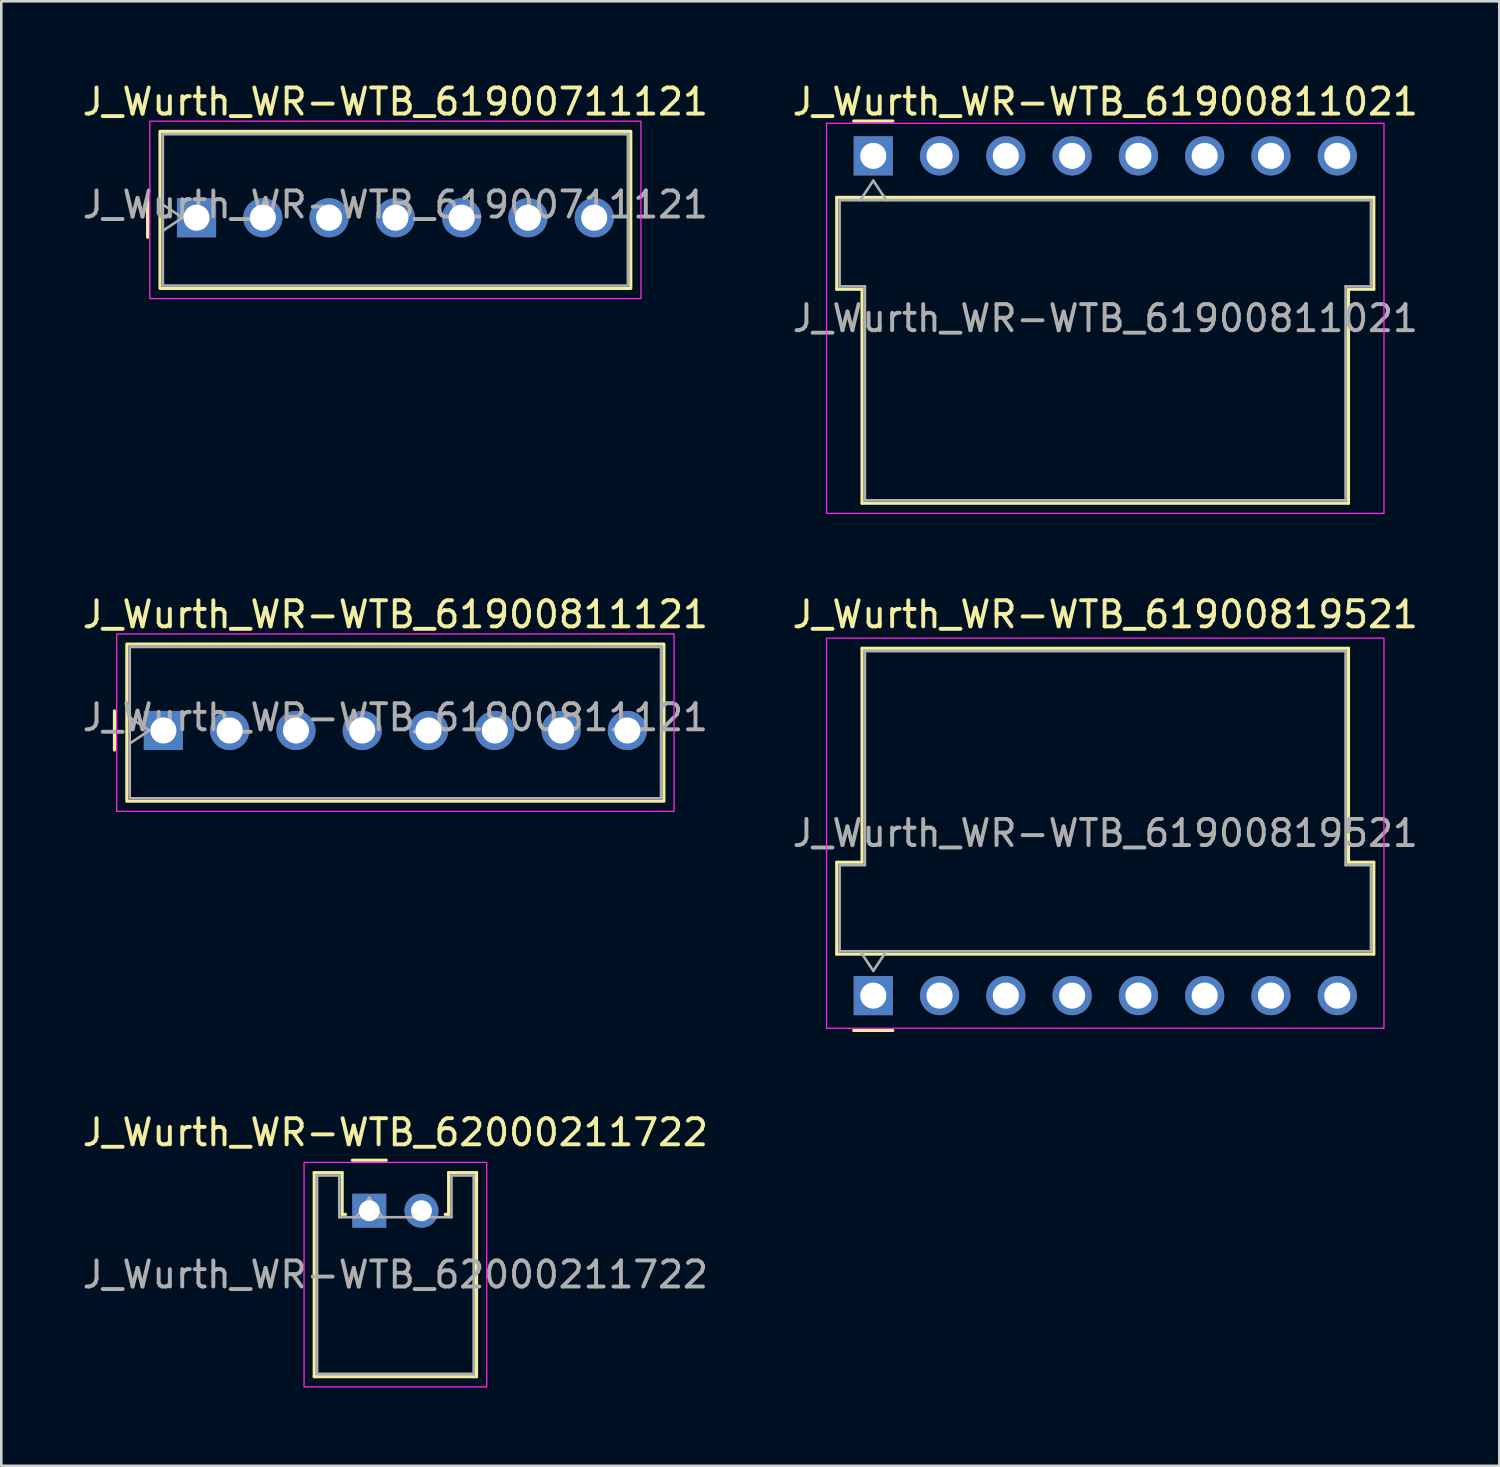
<source format=kicad_pcb>
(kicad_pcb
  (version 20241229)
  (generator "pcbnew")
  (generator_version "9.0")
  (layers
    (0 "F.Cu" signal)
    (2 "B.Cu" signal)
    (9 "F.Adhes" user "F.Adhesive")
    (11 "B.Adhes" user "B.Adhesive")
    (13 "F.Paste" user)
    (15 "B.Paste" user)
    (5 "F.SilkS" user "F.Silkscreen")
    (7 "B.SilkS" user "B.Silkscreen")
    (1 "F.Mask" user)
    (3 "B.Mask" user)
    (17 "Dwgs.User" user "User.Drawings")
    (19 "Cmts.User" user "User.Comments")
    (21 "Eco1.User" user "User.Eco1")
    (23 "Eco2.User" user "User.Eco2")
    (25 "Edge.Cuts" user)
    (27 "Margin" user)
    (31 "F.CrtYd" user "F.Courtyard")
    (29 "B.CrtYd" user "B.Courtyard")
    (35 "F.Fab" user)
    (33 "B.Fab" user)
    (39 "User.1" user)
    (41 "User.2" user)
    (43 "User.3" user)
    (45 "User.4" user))
  (footprint "J_Wurth_WR-WTB_61900819521"
    (layer "F.Cu")
    (at 30.414 35.102)
    (property "Reference" "J_Wurth_WR-WTB_61900819521" (at 8.89 -14.605 0) (unlocked yes) (layer "F.SilkS") (effects (font (size 1 1) (thickness 0.15))))
    (attr through_hole)
    (fp_line (start -1.4 -5.11) (end -1.4 -1.59) (stroke (width 0.12) (type default)) (layer "F.SilkS"))
    (fp_line (start -1.4 -1.59) (end 19.18 -1.59) (stroke (width 0.12) (type default)) (layer "F.SilkS"))
    (fp_line (start -0.43 -13.31) (end -0.43 -5.11) (stroke (width 0.12) (type default)) (layer "F.SilkS"))
    (fp_line (start -0.43 -5.11) (end -1.4 -5.11) (stroke (width 0.12) (type default)) (layer "F.SilkS"))
    (fp_line (start 0.75 1.335) (end -0.75 1.335) (stroke (width 0.12) (type solid)) (layer "F.SilkS"))
    (fp_line (start 18.21 -13.31) (end -0.43 -13.31) (stroke (width 0.12) (type default)) (layer "F.SilkS"))
    (fp_line (start 18.21 -5.11) (end 18.21 -13.31) (stroke (width 0.12) (type default)) (layer "F.SilkS"))
    (fp_line (start 19.18 -5.11) (end 18.21 -5.11) (stroke (width 0.12) (type default)) (layer "F.SilkS"))
    (fp_line (start 19.18 -1.59) (end 19.18 -5.11) (stroke (width 0.12) (type default)) (layer "F.SilkS"))
    (fp_rect (start -1.79 -13.7) (end 19.57 1.25) (stroke (width 0.05) (type solid)) (fill no) (layer "F.CrtYd"))
    (fp_line (start -1.29 -5) (end -1.29 -1.7) (stroke (width 0.1) (type solid)) (layer "F.Fab"))
    (fp_line (start -1.29 -5) (end -0.32 -5) (stroke (width 0.1) (type solid)) (layer "F.Fab"))
    (fp_line (start -0.32 -13.2) (end -0.32 -5) (stroke (width 0.1) (type solid)) (layer "F.Fab"))
    (fp_line (start 0 -0.95) (end -0.5 -1.7) (stroke (width 0.1) (type solid)) (layer "F.Fab"))
    (fp_line (start 0 -0.95) (end 0.5 -1.7) (stroke (width 0.1) (type solid)) (layer "F.Fab"))
    (fp_line (start 18.1 -13.2) (end -0.32 -13.2) (stroke (width 0.1) (type solid)) (layer "F.Fab"))
    (fp_line (start 18.1 -13.2) (end 18.1 -5) (stroke (width 0.1) (type solid)) (layer "F.Fab"))
    (fp_line (start 19.07 -5) (end 18.1 -5) (stroke (width 0.1) (type solid)) (layer "F.Fab"))
    (fp_line (start 19.07 -5) (end 19.07 -1.7) (stroke (width 0.1) (type solid)) (layer "F.Fab"))
    (fp_line (start 19.07 -1.7) (end -1.29 -1.7) (stroke (width 0.1) (type solid)) (layer "F.Fab"))
    (fp_text user "${REFERENCE}" (at 8.89 -6.225 0) (unlocked yes) (layer "F.Fab") (effects (font (size 1 1) (thickness 0.15))))
    (pad "1" thru_hole rect (at 0 0) (size 1.5 1.5) (drill 1) (layers "*.Cu" "*.Mask"))
    (pad "2" thru_hole circle (at 2.54 0) (size 1.5 1.5) (drill 1) (layers "*.Cu" "*.Mask"))
    (pad "3" thru_hole circle (at 5.08 0) (size 1.5 1.5) (drill 1) (layers "*.Cu" "*.Mask"))
    (pad "4" thru_hole circle (at 7.62 0) (size 1.5 1.5) (drill 1) (layers "*.Cu" "*.Mask"))
    (pad "5" thru_hole circle (at 10.16 0) (size 1.5 1.5) (drill 1) (layers "*.Cu" "*.Mask"))
    (pad "6" thru_hole circle (at 12.7 0) (size 1.5 1.5) (drill 1) (layers "*.Cu" "*.Mask"))
    (pad "7" thru_hole circle (at 15.24 0) (size 1.5 1.5) (drill 1) (layers "*.Cu" "*.Mask"))
    (pad "8" thru_hole circle (at 17.78 0) (size 1.5 1.5) (drill 1) (layers "*.Cu" "*.Mask")))
  (footprint "J_Wurth_WR-WTB_61900811121"
    (layer "F.Cu")
    (at 3.211 24.942)
    (property "Reference" "J_Wurth_WR-WTB_61900811121" (at 8.89 -4.445 0) (unlocked yes) (layer "F.SilkS") (effects (font (size 1 1) (thickness 0.15))))
    (attr through_hole)
    (fp_line (start -1.875 -0.75) (end -1.875 0.75) (stroke (width 0.12) (type solid)) (layer "F.SilkS"))
    (fp_rect (start -1.4 -3.31) (end 19.18 2.71) (stroke (width 0.12) (type solid)) (fill no) (layer "F.SilkS"))
    (fp_rect (start -1.79 -3.7) (end 19.57 3.1) (stroke (width 0.05) (type solid)) (fill no) (layer "F.CrtYd"))
    (fp_line (start -0.54 0) (end -1.29 -0.5) (stroke (width 0.1) (type solid)) (layer "F.Fab"))
    (fp_line (start -0.54 0) (end -1.29 0.5) (stroke (width 0.1) (type solid)) (layer "F.Fab"))
    (fp_rect (start -1.29 -3.2) (end 19.07 2.6) (stroke (width 0.1) (type solid)) (fill no) (layer "F.Fab"))
    (fp_text user "${REFERENCE}" (at 8.89 -0.5 0) (unlocked yes) (layer "F.Fab") (effects (font (size 1 1) (thickness 0.15))))
    (pad "1" thru_hole rect (at 0 0 180) (size 1.5 1.5) (drill 1) (layers "*.Cu" "*.Mask"))
    (pad "2" thru_hole circle (at 2.54 0 180) (size 1.5 1.5) (drill 1) (layers "*.Cu" "*.Mask"))
    (pad "3" thru_hole circle (at 5.08 0 180) (size 1.5 1.5) (drill 1) (layers "*.Cu" "*.Mask"))
    (pad "4" thru_hole circle (at 7.62 0 180) (size 1.5 1.5) (drill 1) (layers "*.Cu" "*.Mask"))
    (pad "5" thru_hole circle (at 10.16 0 180) (size 1.5 1.5) (drill 1) (layers "*.Cu" "*.Mask"))
    (pad "6" thru_hole circle (at 12.7 0 180) (size 1.5 1.5) (drill 1) (layers "*.Cu" "*.Mask"))
    (pad "7" thru_hole circle (at 15.24 0 180) (size 1.5 1.5) (drill 1) (layers "*.Cu" "*.Mask"))
    (pad "8" thru_hole circle (at 17.78 0 180) (size 1.5 1.5) (drill 1) (layers "*.Cu" "*.Mask")))
  (footprint "J_Wurth_WR-WTB_62000211722"
    (layer "F.Cu")
    (at 11.101 43.345)
    (property "Reference" "J_Wurth_WR-WTB_62000211722" (at 1 -3 0) (unlocked yes) (layer "F.SilkS") (effects (font (size 1 1) (thickness 0.15))))
    (attr through_hole)
    (fp_line (start -2.11 -1.46) (end -1.04 -1.46) (stroke (width 0.12) (type solid)) (layer "F.SilkS"))
    (fp_line (start -2.11 6.36) (end -2.11 -1.46) (stroke (width 0.12) (type default)) (layer "F.SilkS"))
    (fp_line (start -1.04 -1.46) (end -1.04 0.14) (stroke (width 0.12) (type solid)) (layer "F.SilkS"))
    (fp_line (start -1.04 0.14) (end -0.91 0.14) (stroke (width 0.12) (type solid)) (layer "F.SilkS"))
    (fp_line (start 0.65 -1.935) (end -0.65 -1.935) (stroke (width 0.12) (type solid)) (layer "F.SilkS"))
    (fp_line (start 2.91 0.14) (end 3.04 0.14) (stroke (width 0.12) (type solid)) (layer "F.SilkS"))
    (fp_line (start 3.04 -1.46) (end 3.04 0.14) (stroke (width 0.12) (type solid)) (layer "F.SilkS"))
    (fp_line (start 4.11 -1.46) (end 3.04 -1.46) (stroke (width 0.12) (type solid)) (layer "F.SilkS"))
    (fp_line (start 4.11 -1.46) (end 4.11 6.36) (stroke (width 0.12) (type default)) (layer "F.SilkS"))
    (fp_line (start 4.11 6.36) (end -2.11 6.36) (stroke (width 0.12) (type default)) (layer "F.SilkS"))
    (fp_rect (start -2.5 -1.85) (end 4.5 6.75) (stroke (width 0.05) (type default)) (fill no) (layer "F.CrtYd"))
    (fp_line (start -2 -1.35) (end -1.15 -1.35) (stroke (width 0.1) (type solid)) (layer "F.Fab"))
    (fp_line (start -2 6.25) (end -2 -1.35) (stroke (width 0.1) (type default)) (layer "F.Fab"))
    (fp_line (start -1.15 -1.35) (end -1.15 0.25) (stroke (width 0.1) (type solid)) (layer "F.Fab"))
    (fp_line (start -1.15 0.25) (end 3.15 0.25) (stroke (width 0.1) (type solid)) (layer "F.Fab"))
    (fp_line (start 0 -0.5) (end -0.5 0.25) (stroke (width 0.1) (type solid)) (layer "F.Fab"))
    (fp_line (start 0 -0.5) (end 0.5 0.25) (stroke (width 0.1) (type solid)) (layer "F.Fab"))
    (fp_line (start 3.15 -1.35) (end 3.15 0.25) (stroke (width 0.1) (type solid)) (layer "F.Fab"))
    (fp_line (start 4 -1.35) (end 3.15 -1.35) (stroke (width 0.1) (type solid)) (layer "F.Fab"))
    (fp_line (start 4 -1.35) (end 4 6.25) (stroke (width 0.1) (type default)) (layer "F.Fab"))
    (fp_line (start 4 6.25) (end -2 6.25) (stroke (width 0.1) (type default)) (layer "F.Fab"))
    (fp_text user "${REFERENCE}" (at 1 2.45 0) (unlocked yes) (layer "F.Fab") (effects (font (size 1 1) (thickness 0.15))))
    (pad "1" thru_hole rect (at 0 0) (size 1.3 1.3) (drill 0.8) (layers "*.Cu" "*.Mask"))
    (pad "2" thru_hole circle (at 2 0) (size 1.3 1.3) (drill 0.8) (layers "*.Cu" "*.Mask")))
  (footprint "J_Wurth_WR-WTB_61900711121"
    (layer "F.Cu")
    (at 4.481 5.293)
    (property "Reference" "J_Wurth_WR-WTB_61900711121" (at 7.62 -4.445 0) (unlocked yes) (layer "F.SilkS") (effects (font (size 1 1) (thickness 0.15))))
    (attr through_hole)
    (fp_line (start -1.875 -0.75) (end -1.875 0.75) (stroke (width 0.12) (type solid)) (layer "F.SilkS"))
    (fp_rect (start -1.4 -3.31) (end 16.64 2.71) (stroke (width 0.12) (type solid)) (fill no) (layer "F.SilkS"))
    (fp_rect (start -1.79 -3.7) (end 17.03 3.1) (stroke (width 0.05) (type solid)) (fill no) (layer "F.CrtYd"))
    (fp_line (start -0.54 0) (end -1.29 -0.5) (stroke (width 0.1) (type solid)) (layer "F.Fab"))
    (fp_line (start -0.54 0) (end -1.29 0.5) (stroke (width 0.1) (type solid)) (layer "F.Fab"))
    (fp_rect (start -1.29 -3.2) (end 16.53 2.6) (stroke (width 0.1) (type solid)) (fill no) (layer "F.Fab"))
    (fp_text user "${REFERENCE}" (at 7.62 -0.5 0) (unlocked yes) (layer "F.Fab") (effects (font (size 1 1) (thickness 0.15))))
    (pad "1" thru_hole rect (at 0 0 180) (size 1.5 1.5) (drill 1) (layers "*.Cu" "*.Mask"))
    (pad "2" thru_hole circle (at 2.54 0 180) (size 1.5 1.5) (drill 1) (layers "*.Cu" "*.Mask"))
    (pad "3" thru_hole circle (at 5.08 0 180) (size 1.5 1.5) (drill 1) (layers "*.Cu" "*.Mask"))
    (pad "4" thru_hole circle (at 7.62 0 180) (size 1.5 1.5) (drill 1) (layers "*.Cu" "*.Mask"))
    (pad "5" thru_hole circle (at 10.16 0 180) (size 1.5 1.5) (drill 1) (layers "*.Cu" "*.Mask"))
    (pad "6" thru_hole circle (at 12.7 0 180) (size 1.5 1.5) (drill 1) (layers "*.Cu" "*.Mask"))
    (pad "7" thru_hole circle (at 15.24 0 180) (size 1.5 1.5) (drill 1) (layers "*.Cu" "*.Mask")))
  (footprint "J_Wurth_WR-WTB_61900811021"
    (layer "F.Cu")
    (at 30.414 2.923)
    (property "Reference" "J_Wurth_WR-WTB_61900811021" (at 8.89 -2.075 0) (unlocked yes) (layer "F.SilkS") (effects (font (size 1 1) (thickness 0.15))))
    (attr through_hole)
    (fp_line (start -1.4 1.59) (end -1.4 5.11) (stroke (width 0.12) (type default)) (layer "F.SilkS"))
    (fp_line (start -1.4 5.11) (end -0.43 5.11) (stroke (width 0.12) (type default)) (layer "F.SilkS"))
    (fp_line (start -0.75 -1.335) (end 0.75 -1.335) (stroke (width 0.12) (type solid)) (layer "F.SilkS"))
    (fp_line (start -0.43 5.11) (end -0.43 13.31) (stroke (width 0.12) (type default)) (layer "F.SilkS"))
    (fp_line (start -0.43 13.31) (end 18.21 13.31) (stroke (width 0.12) (type default)) (layer "F.SilkS"))
    (fp_line (start 18.21 5.11) (end 19.18 5.11) (stroke (width 0.12) (type default)) (layer "F.SilkS"))
    (fp_line (start 18.21 13.31) (end 18.21 5.11) (stroke (width 0.12) (type default)) (layer "F.SilkS"))
    (fp_line (start 19.18 1.59) (end -1.4 1.59) (stroke (width 0.12) (type default)) (layer "F.SilkS"))
    (fp_line (start 19.18 5.11) (end 19.18 1.59) (stroke (width 0.12) (type default)) (layer "F.SilkS"))
    (fp_rect (start -1.79 -1.25) (end 19.57 13.7) (stroke (width 0.05) (type solid)) (fill no) (layer "F.CrtYd"))
    (fp_line (start -1.29 1.7) (end 19.07 1.7) (stroke (width 0.1) (type solid)) (layer "F.Fab"))
    (fp_line (start -1.29 5) (end -1.29 1.7) (stroke (width 0.1) (type solid)) (layer "F.Fab"))
    (fp_line (start -1.29 5) (end -0.32 5) (stroke (width 0.1) (type solid)) (layer "F.Fab"))
    (fp_line (start -0.32 13.2) (end -0.32 5) (stroke (width 0.1) (type solid)) (layer "F.Fab"))
    (fp_line (start -0.32 13.2) (end 18.1 13.2) (stroke (width 0.1) (type solid)) (layer "F.Fab"))
    (fp_line (start 0 0.95) (end -0.5 1.7) (stroke (width 0.1) (type solid)) (layer "F.Fab"))
    (fp_line (start 0 0.95) (end 0.5 1.7) (stroke (width 0.1) (type solid)) (layer "F.Fab"))
    (fp_line (start 18.1 13.2) (end 18.1 5) (stroke (width 0.1) (type solid)) (layer "F.Fab"))
    (fp_line (start 19.07 5) (end 18.1 5) (stroke (width 0.1) (type solid)) (layer "F.Fab"))
    (fp_line (start 19.07 5) (end 19.07 1.7) (stroke (width 0.1) (type solid)) (layer "F.Fab"))
    (fp_text user "${REFERENCE}" (at 8.89 6.225 0) (unlocked yes) (layer "F.Fab") (effects (font (size 1 1) (thickness 0.15))))
    (pad "1" thru_hole rect (at 0 0 180) (size 1.5 1.5) (drill 1) (layers "*.Cu" "*.Mask"))
    (pad "2" thru_hole circle (at 2.54 0 180) (size 1.5 1.5) (drill 1) (layers "*.Cu" "*.Mask"))
    (pad "3" thru_hole circle (at 5.08 0 180) (size 1.5 1.5) (drill 1) (layers "*.Cu" "*.Mask"))
    (pad "4" thru_hole circle (at 7.62 0 180) (size 1.5 1.5) (drill 1) (layers "*.Cu" "*.Mask"))
    (pad "5" thru_hole circle (at 10.16 0 180) (size 1.5 1.5) (drill 1) (layers "*.Cu" "*.Mask"))
    (pad "6" thru_hole circle (at 12.7 0 180) (size 1.5 1.5) (drill 1) (layers "*.Cu" "*.Mask"))
    (pad "7" thru_hole circle (at 15.24 0 180) (size 1.5 1.5) (drill 1) (layers "*.Cu" "*.Mask"))
    (pad "8" thru_hole circle (at 17.78 0 180) (size 1.5 1.5) (drill 1) (layers "*.Cu" "*.Mask")))
  (gr_rect
    (start -3 -3)
    (end 54.405 53.12)
    (stroke (width 0.1) (type default))
    (fill no)
    (layer "Edge.Cuts")))
</source>
